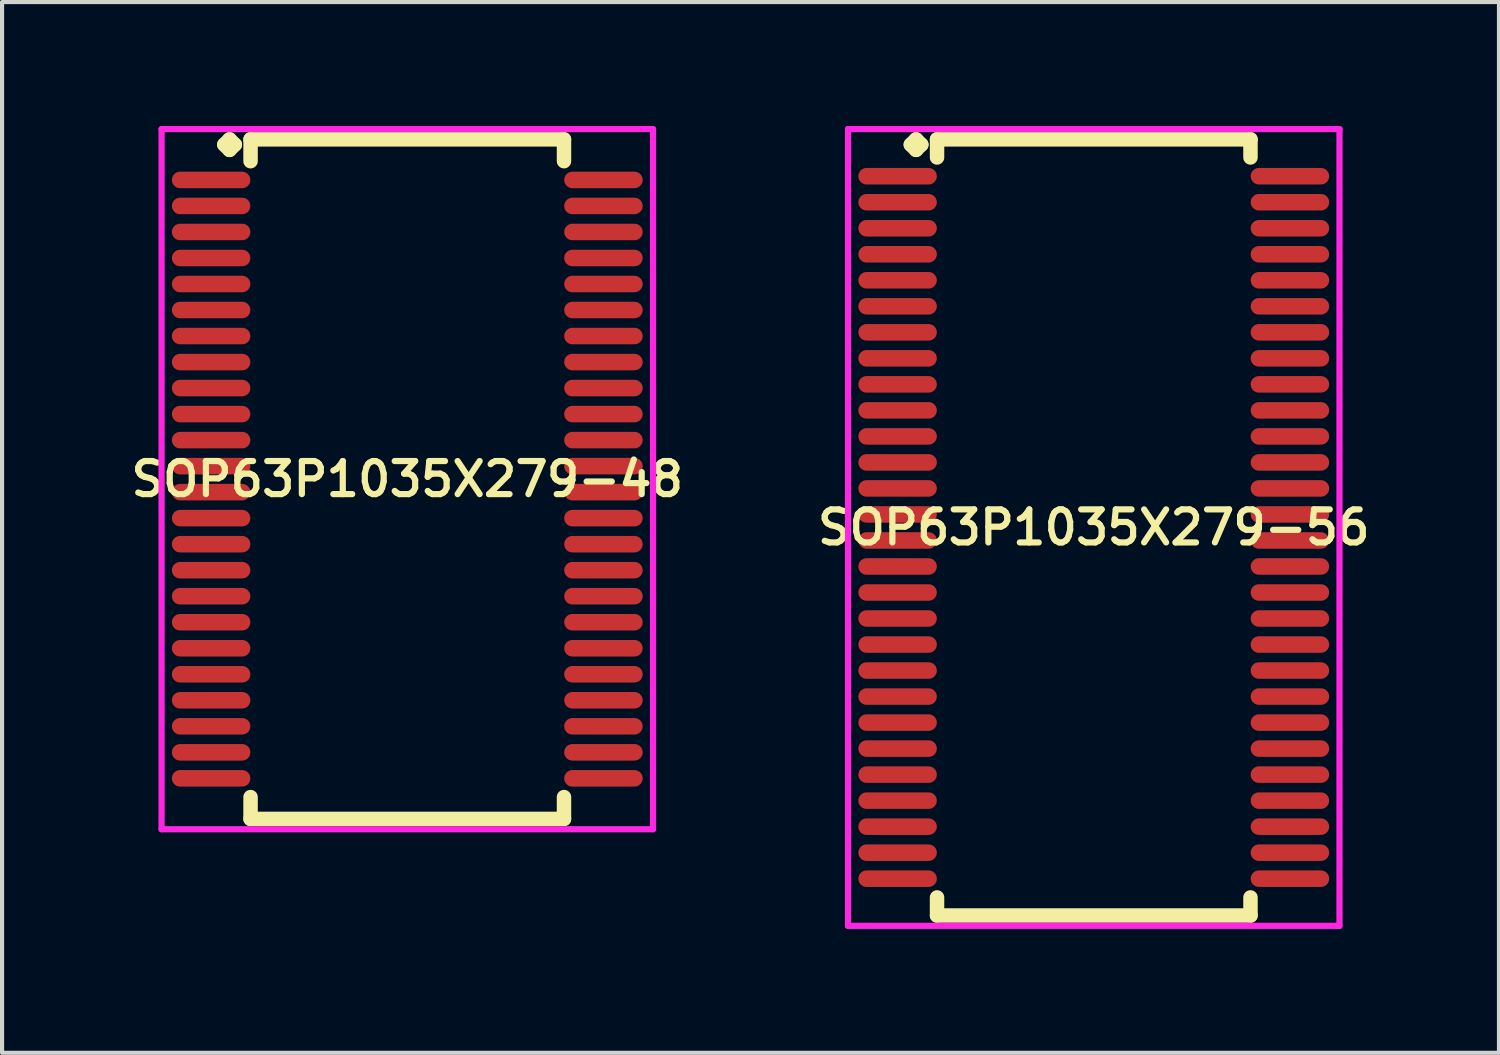
<source format=kicad_pcb>
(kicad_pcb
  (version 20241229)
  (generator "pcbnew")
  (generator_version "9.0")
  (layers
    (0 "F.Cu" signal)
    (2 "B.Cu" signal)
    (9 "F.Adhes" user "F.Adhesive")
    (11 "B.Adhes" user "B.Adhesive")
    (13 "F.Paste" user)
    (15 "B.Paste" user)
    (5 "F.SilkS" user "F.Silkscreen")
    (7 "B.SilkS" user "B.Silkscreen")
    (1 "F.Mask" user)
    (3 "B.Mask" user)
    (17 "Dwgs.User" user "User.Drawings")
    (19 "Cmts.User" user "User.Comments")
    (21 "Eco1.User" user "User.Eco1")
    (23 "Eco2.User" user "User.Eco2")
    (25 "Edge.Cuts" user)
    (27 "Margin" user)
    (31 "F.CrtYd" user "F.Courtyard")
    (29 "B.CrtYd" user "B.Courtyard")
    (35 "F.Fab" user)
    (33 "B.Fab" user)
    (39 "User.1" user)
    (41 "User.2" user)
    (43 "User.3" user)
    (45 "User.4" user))
  (footprint "SOP63P1035X279-48"
    (layer "F.Cu")
    (at 6.812 8.552)
    (property "Reference" "SOP63P1035X279-48" (at 0 0 0) (layer "F.SilkS") (effects (font (size 0.8 0.8) (thickness 0.15))))
    (attr smd)
    (fp_line (start -4.43 -8.1) (end -4.303 -8.227) (stroke (width 0.35) (type solid)) (layer "F.SilkS"))
    (fp_line (start -4.303 -8.227) (end -4.176 -8.1) (stroke (width 0.35) (type solid)) (layer "F.SilkS"))
    (fp_line (start -4.303 -7.973) (end -4.43 -8.1) (stroke (width 0.35) (type solid)) (layer "F.SilkS"))
    (fp_line (start -4.176 -8.1) (end -4.303 -7.973) (stroke (width 0.35) (type solid)) (layer "F.SilkS"))
    (fp_line (start -3.795 -8.227) (end 3.795 -8.227) (stroke (width 0.35) (type solid)) (layer "F.SilkS"))
    (fp_line (start -3.795 -7.699) (end -3.795 -8.227) (stroke (width 0.35) (type solid)) (layer "F.SilkS"))
    (fp_line (start -3.795 7.699) (end -3.795 8.227) (stroke (width 0.35) (type solid)) (layer "F.SilkS"))
    (fp_line (start -3.795 8.227) (end 3.795 8.227) (stroke (width 0.35) (type solid)) (layer "F.SilkS"))
    (fp_line (start 3.795 -8.227) (end 3.795 -7.699) (stroke (width 0.35) (type solid)) (layer "F.SilkS"))
    (fp_line (start 3.795 8.227) (end 3.795 7.699) (stroke (width 0.35) (type solid)) (layer "F.SilkS"))
    (fp_line (start -5.95 -8.477) (end 5.95 -8.477) (stroke (width 0.15) (type solid)) (layer "F.CrtYd"))
    (fp_line (start -5.95 8.477) (end -5.95 -8.477) (stroke (width 0.15) (type solid)) (layer "F.CrtYd"))
    (fp_line (start 5.95 -8.477) (end 5.95 8.477) (stroke (width 0.15) (type solid)) (layer "F.CrtYd"))
    (fp_line (start 5.95 8.477) (end -5.95 8.477) (stroke (width 0.15) (type solid)) (layer "F.CrtYd"))
    (pad "1" smd oval (at -4.75 -7.245) (size 1.9 0.4) (layers "F.Cu" "F.Mask" "F.Paste"))
    (pad "2" smd oval (at -4.75 -6.615) (size 1.9 0.4) (layers "F.Cu" "F.Mask" "F.Paste"))
    (pad "3" smd oval (at -4.75 -5.985) (size 1.9 0.4) (layers "F.Cu" "F.Mask" "F.Paste"))
    (pad "4" smd oval (at -4.75 -5.355) (size 1.9 0.4) (layers "F.Cu" "F.Mask" "F.Paste"))
    (pad "5" smd oval (at -4.75 -4.725) (size 1.9 0.4) (layers "F.Cu" "F.Mask" "F.Paste"))
    (pad "6" smd oval (at -4.75 -4.095) (size 1.9 0.4) (layers "F.Cu" "F.Mask" "F.Paste"))
    (pad "7" smd oval (at -4.75 -3.465) (size 1.9 0.4) (layers "F.Cu" "F.Mask" "F.Paste"))
    (pad "8" smd oval (at -4.75 -2.835) (size 1.9 0.4) (layers "F.Cu" "F.Mask" "F.Paste"))
    (pad "9" smd oval (at -4.75 -2.205) (size 1.9 0.4) (layers "F.Cu" "F.Mask" "F.Paste"))
    (pad "10" smd oval (at -4.75 -1.575) (size 1.9 0.4) (layers "F.Cu" "F.Mask" "F.Paste"))
    (pad "11" smd oval (at -4.75 -0.945) (size 1.9 0.4) (layers "F.Cu" "F.Mask" "F.Paste"))
    (pad "12" smd oval (at -4.75 -0.315) (size 1.9 0.4) (layers "F.Cu" "F.Mask" "F.Paste"))
    (pad "13" smd oval (at -4.75 0.315) (size 1.9 0.4) (layers "F.Cu" "F.Mask" "F.Paste"))
    (pad "14" smd oval (at -4.75 0.945) (size 1.9 0.4) (layers "F.Cu" "F.Mask" "F.Paste"))
    (pad "15" smd oval (at -4.75 1.575) (size 1.9 0.4) (layers "F.Cu" "F.Mask" "F.Paste"))
    (pad "16" smd oval (at -4.75 2.205) (size 1.9 0.4) (layers "F.Cu" "F.Mask" "F.Paste"))
    (pad "17" smd oval (at -4.75 2.835) (size 1.9 0.4) (layers "F.Cu" "F.Mask" "F.Paste"))
    (pad "18" smd oval (at -4.75 3.465) (size 1.9 0.4) (layers "F.Cu" "F.Mask" "F.Paste"))
    (pad "19" smd oval (at -4.75 4.095) (size 1.9 0.4) (layers "F.Cu" "F.Mask" "F.Paste"))
    (pad "20" smd oval (at -4.75 4.725) (size 1.9 0.4) (layers "F.Cu" "F.Mask" "F.Paste"))
    (pad "21" smd oval (at -4.75 5.355) (size 1.9 0.4) (layers "F.Cu" "F.Mask" "F.Paste"))
    (pad "22" smd oval (at -4.75 5.985) (size 1.9 0.4) (layers "F.Cu" "F.Mask" "F.Paste"))
    (pad "23" smd oval (at -4.75 6.615) (size 1.9 0.4) (layers "F.Cu" "F.Mask" "F.Paste"))
    (pad "24" smd oval (at -4.75 7.245) (size 1.9 0.4) (layers "F.Cu" "F.Mask" "F.Paste"))
    (pad "25" smd oval (at 4.75 7.245) (size 1.9 0.4) (layers "F.Cu" "F.Mask" "F.Paste"))
    (pad "26" smd oval (at 4.75 6.615) (size 1.9 0.4) (layers "F.Cu" "F.Mask" "F.Paste"))
    (pad "27" smd oval (at 4.75 5.985) (size 1.9 0.4) (layers "F.Cu" "F.Mask" "F.Paste"))
    (pad "28" smd oval (at 4.75 5.355) (size 1.9 0.4) (layers "F.Cu" "F.Mask" "F.Paste"))
    (pad "29" smd oval (at 4.75 4.725) (size 1.9 0.4) (layers "F.Cu" "F.Mask" "F.Paste"))
    (pad "30" smd oval (at 4.75 4.095) (size 1.9 0.4) (layers "F.Cu" "F.Mask" "F.Paste"))
    (pad "31" smd oval (at 4.75 3.465) (size 1.9 0.4) (layers "F.Cu" "F.Mask" "F.Paste"))
    (pad "32" smd oval (at 4.75 2.835) (size 1.9 0.4) (layers "F.Cu" "F.Mask" "F.Paste"))
    (pad "33" smd oval (at 4.75 2.205) (size 1.9 0.4) (layers "F.Cu" "F.Mask" "F.Paste"))
    (pad "34" smd oval (at 4.75 1.575) (size 1.9 0.4) (layers "F.Cu" "F.Mask" "F.Paste"))
    (pad "35" smd oval (at 4.75 0.945) (size 1.9 0.4) (layers "F.Cu" "F.Mask" "F.Paste"))
    (pad "36" smd oval (at 4.75 0.315) (size 1.9 0.4) (layers "F.Cu" "F.Mask" "F.Paste"))
    (pad "37" smd oval (at 4.75 -0.315) (size 1.9 0.4) (layers "F.Cu" "F.Mask" "F.Paste"))
    (pad "38" smd oval (at 4.75 -0.945) (size 1.9 0.4) (layers "F.Cu" "F.Mask" "F.Paste"))
    (pad "39" smd oval (at 4.75 -1.575) (size 1.9 0.4) (layers "F.Cu" "F.Mask" "F.Paste"))
    (pad "40" smd oval (at 4.75 -2.205) (size 1.9 0.4) (layers "F.Cu" "F.Mask" "F.Paste"))
    (pad "41" smd oval (at 4.75 -2.835) (size 1.9 0.4) (layers "F.Cu" "F.Mask" "F.Paste"))
    (pad "42" smd oval (at 4.75 -3.465) (size 1.9 0.4) (layers "F.Cu" "F.Mask" "F.Paste"))
    (pad "43" smd oval (at 4.75 -4.095) (size 1.9 0.4) (layers "F.Cu" "F.Mask" "F.Paste"))
    (pad "44" smd oval (at 4.75 -4.725) (size 1.9 0.4) (layers "F.Cu" "F.Mask" "F.Paste"))
    (pad "45" smd oval (at 4.75 -5.355) (size 1.9 0.4) (layers "F.Cu" "F.Mask" "F.Paste"))
    (pad "46" smd oval (at 4.75 -5.985) (size 1.9 0.4) (layers "F.Cu" "F.Mask" "F.Paste"))
    (pad "47" smd oval (at 4.75 -6.615) (size 1.9 0.4) (layers "F.Cu" "F.Mask" "F.Paste"))
    (pad "48" smd oval (at 4.75 -7.245) (size 1.9 0.4) (layers "F.Cu" "F.Mask" "F.Paste")))
  (footprint "SOP63P1035X279-56"
    (layer "F.Cu")
    (at 23.435 9.722)
    (property "Reference" "SOP63P1035X279-56" (at 0 0 0) (layer "F.SilkS") (effects (font (size 0.8 0.8) (thickness 0.15))))
    (attr smd)
    (fp_line (start -4.43 -9.27) (end -4.303 -9.397) (stroke (width 0.35) (type solid)) (layer "F.SilkS"))
    (fp_line (start -4.303 -9.397) (end -4.176 -9.27) (stroke (width 0.35) (type solid)) (layer "F.SilkS"))
    (fp_line (start -4.303 -9.143) (end -4.43 -9.27) (stroke (width 0.35) (type solid)) (layer "F.SilkS"))
    (fp_line (start -4.176 -9.27) (end -4.303 -9.143) (stroke (width 0.35) (type solid)) (layer "F.SilkS"))
    (fp_line (start -3.795 -9.397) (end 3.795 -9.397) (stroke (width 0.35) (type solid)) (layer "F.SilkS"))
    (fp_line (start -3.795 -8.959) (end -3.795 -9.397) (stroke (width 0.35) (type solid)) (layer "F.SilkS"))
    (fp_line (start -3.795 8.959) (end -3.795 9.397) (stroke (width 0.35) (type solid)) (layer "F.SilkS"))
    (fp_line (start -3.795 9.397) (end 3.795 9.397) (stroke (width 0.35) (type solid)) (layer "F.SilkS"))
    (fp_line (start 3.795 -9.397) (end 3.795 -8.959) (stroke (width 0.35) (type solid)) (layer "F.SilkS"))
    (fp_line (start 3.795 9.397) (end 3.795 8.959) (stroke (width 0.35) (type solid)) (layer "F.SilkS"))
    (fp_line (start -5.95 -9.647) (end 5.95 -9.647) (stroke (width 0.15) (type solid)) (layer "F.CrtYd"))
    (fp_line (start -5.95 9.647) (end -5.95 -9.647) (stroke (width 0.15) (type solid)) (layer "F.CrtYd"))
    (fp_line (start 5.95 -9.647) (end 5.95 9.647) (stroke (width 0.15) (type solid)) (layer "F.CrtYd"))
    (fp_line (start 5.95 9.647) (end -5.95 9.647) (stroke (width 0.15) (type solid)) (layer "F.CrtYd"))
    (pad "1" smd oval (at -4.75 -8.505) (size 1.9 0.4) (layers "F.Cu" "F.Mask" "F.Paste"))
    (pad "2" smd oval (at -4.75 -7.875) (size 1.9 0.4) (layers "F.Cu" "F.Mask" "F.Paste"))
    (pad "3" smd oval (at -4.75 -7.245) (size 1.9 0.4) (layers "F.Cu" "F.Mask" "F.Paste"))
    (pad "4" smd oval (at -4.75 -6.615) (size 1.9 0.4) (layers "F.Cu" "F.Mask" "F.Paste"))
    (pad "5" smd oval (at -4.75 -5.985) (size 1.9 0.4) (layers "F.Cu" "F.Mask" "F.Paste"))
    (pad "6" smd oval (at -4.75 -5.355) (size 1.9 0.4) (layers "F.Cu" "F.Mask" "F.Paste"))
    (pad "7" smd oval (at -4.75 -4.725) (size 1.9 0.4) (layers "F.Cu" "F.Mask" "F.Paste"))
    (pad "8" smd oval (at -4.75 -4.095) (size 1.9 0.4) (layers "F.Cu" "F.Mask" "F.Paste"))
    (pad "9" smd oval (at -4.75 -3.465) (size 1.9 0.4) (layers "F.Cu" "F.Mask" "F.Paste"))
    (pad "10" smd oval (at -4.75 -2.835) (size 1.9 0.4) (layers "F.Cu" "F.Mask" "F.Paste"))
    (pad "11" smd oval (at -4.75 -2.205) (size 1.9 0.4) (layers "F.Cu" "F.Mask" "F.Paste"))
    (pad "12" smd oval (at -4.75 -1.575) (size 1.9 0.4) (layers "F.Cu" "F.Mask" "F.Paste"))
    (pad "13" smd oval (at -4.75 -0.945) (size 1.9 0.4) (layers "F.Cu" "F.Mask" "F.Paste"))
    (pad "14" smd oval (at -4.75 -0.315) (size 1.9 0.4) (layers "F.Cu" "F.Mask" "F.Paste"))
    (pad "15" smd oval (at -4.75 0.315) (size 1.9 0.4) (layers "F.Cu" "F.Mask" "F.Paste"))
    (pad "16" smd oval (at -4.75 0.945) (size 1.9 0.4) (layers "F.Cu" "F.Mask" "F.Paste"))
    (pad "17" smd oval (at -4.75 1.575) (size 1.9 0.4) (layers "F.Cu" "F.Mask" "F.Paste"))
    (pad "18" smd oval (at -4.75 2.205) (size 1.9 0.4) (layers "F.Cu" "F.Mask" "F.Paste"))
    (pad "19" smd oval (at -4.75 2.835) (size 1.9 0.4) (layers "F.Cu" "F.Mask" "F.Paste"))
    (pad "20" smd oval (at -4.75 3.465) (size 1.9 0.4) (layers "F.Cu" "F.Mask" "F.Paste"))
    (pad "21" smd oval (at -4.75 4.095) (size 1.9 0.4) (layers "F.Cu" "F.Mask" "F.Paste"))
    (pad "22" smd oval (at -4.75 4.725) (size 1.9 0.4) (layers "F.Cu" "F.Mask" "F.Paste"))
    (pad "23" smd oval (at -4.75 5.355) (size 1.9 0.4) (layers "F.Cu" "F.Mask" "F.Paste"))
    (pad "24" smd oval (at -4.75 5.985) (size 1.9 0.4) (layers "F.Cu" "F.Mask" "F.Paste"))
    (pad "25" smd oval (at -4.75 6.615) (size 1.9 0.4) (layers "F.Cu" "F.Mask" "F.Paste"))
    (pad "26" smd oval (at -4.75 7.245) (size 1.9 0.4) (layers "F.Cu" "F.Mask" "F.Paste"))
    (pad "27" smd oval (at -4.75 7.875) (size 1.9 0.4) (layers "F.Cu" "F.Mask" "F.Paste"))
    (pad "28" smd oval (at -4.75 8.505) (size 1.9 0.4) (layers "F.Cu" "F.Mask" "F.Paste"))
    (pad "29" smd oval (at 4.75 8.505) (size 1.9 0.4) (layers "F.Cu" "F.Mask" "F.Paste"))
    (pad "30" smd oval (at 4.75 7.875) (size 1.9 0.4) (layers "F.Cu" "F.Mask" "F.Paste"))
    (pad "31" smd oval (at 4.75 7.245) (size 1.9 0.4) (layers "F.Cu" "F.Mask" "F.Paste"))
    (pad "32" smd oval (at 4.75 6.615) (size 1.9 0.4) (layers "F.Cu" "F.Mask" "F.Paste"))
    (pad "33" smd oval (at 4.75 5.985) (size 1.9 0.4) (layers "F.Cu" "F.Mask" "F.Paste"))
    (pad "34" smd oval (at 4.75 5.355) (size 1.9 0.4) (layers "F.Cu" "F.Mask" "F.Paste"))
    (pad "35" smd oval (at 4.75 4.725) (size 1.9 0.4) (layers "F.Cu" "F.Mask" "F.Paste"))
    (pad "36" smd oval (at 4.75 4.095) (size 1.9 0.4) (layers "F.Cu" "F.Mask" "F.Paste"))
    (pad "37" smd oval (at 4.75 3.465) (size 1.9 0.4) (layers "F.Cu" "F.Mask" "F.Paste"))
    (pad "38" smd oval (at 4.75 2.835) (size 1.9 0.4) (layers "F.Cu" "F.Mask" "F.Paste"))
    (pad "39" smd oval (at 4.75 2.205) (size 1.9 0.4) (layers "F.Cu" "F.Mask" "F.Paste"))
    (pad "40" smd oval (at 4.75 1.575) (size 1.9 0.4) (layers "F.Cu" "F.Mask" "F.Paste"))
    (pad "41" smd oval (at 4.75 0.945) (size 1.9 0.4) (layers "F.Cu" "F.Mask" "F.Paste"))
    (pad "42" smd oval (at 4.75 0.315) (size 1.9 0.4) (layers "F.Cu" "F.Mask" "F.Paste"))
    (pad "43" smd oval (at 4.75 -0.315) (size 1.9 0.4) (layers "F.Cu" "F.Mask" "F.Paste"))
    (pad "44" smd oval (at 4.75 -0.945) (size 1.9 0.4) (layers "F.Cu" "F.Mask" "F.Paste"))
    (pad "45" smd oval (at 4.75 -1.575) (size 1.9 0.4) (layers "F.Cu" "F.Mask" "F.Paste"))
    (pad "46" smd oval (at 4.75 -2.205) (size 1.9 0.4) (layers "F.Cu" "F.Mask" "F.Paste"))
    (pad "47" smd oval (at 4.75 -2.835) (size 1.9 0.4) (layers "F.Cu" "F.Mask" "F.Paste"))
    (pad "48" smd oval (at 4.75 -3.465) (size 1.9 0.4) (layers "F.Cu" "F.Mask" "F.Paste"))
    (pad "49" smd oval (at 4.75 -4.095) (size 1.9 0.4) (layers "F.Cu" "F.Mask" "F.Paste"))
    (pad "50" smd oval (at 4.75 -4.725) (size 1.9 0.4) (layers "F.Cu" "F.Mask" "F.Paste"))
    (pad "51" smd oval (at 4.75 -5.355) (size 1.9 0.4) (layers "F.Cu" "F.Mask" "F.Paste"))
    (pad "52" smd oval (at 4.75 -5.985) (size 1.9 0.4) (layers "F.Cu" "F.Mask" "F.Paste"))
    (pad "53" smd oval (at 4.75 -6.615) (size 1.9 0.4) (layers "F.Cu" "F.Mask" "F.Paste"))
    (pad "54" smd oval (at 4.75 -7.245) (size 1.9 0.4) (layers "F.Cu" "F.Mask" "F.Paste"))
    (pad "55" smd oval (at 4.75 -7.875) (size 1.9 0.4) (layers "F.Cu" "F.Mask" "F.Paste"))
    (pad "56" smd oval (at 4.75 -8.505) (size 1.9 0.4) (layers "F.Cu" "F.Mask" "F.Paste")))
  (gr_rect
    (start -3 -3)
    (end 33.247 22.444)
    (stroke (width 0.1) (type default))
    (fill no)
    (layer "Edge.Cuts")))
</source>
